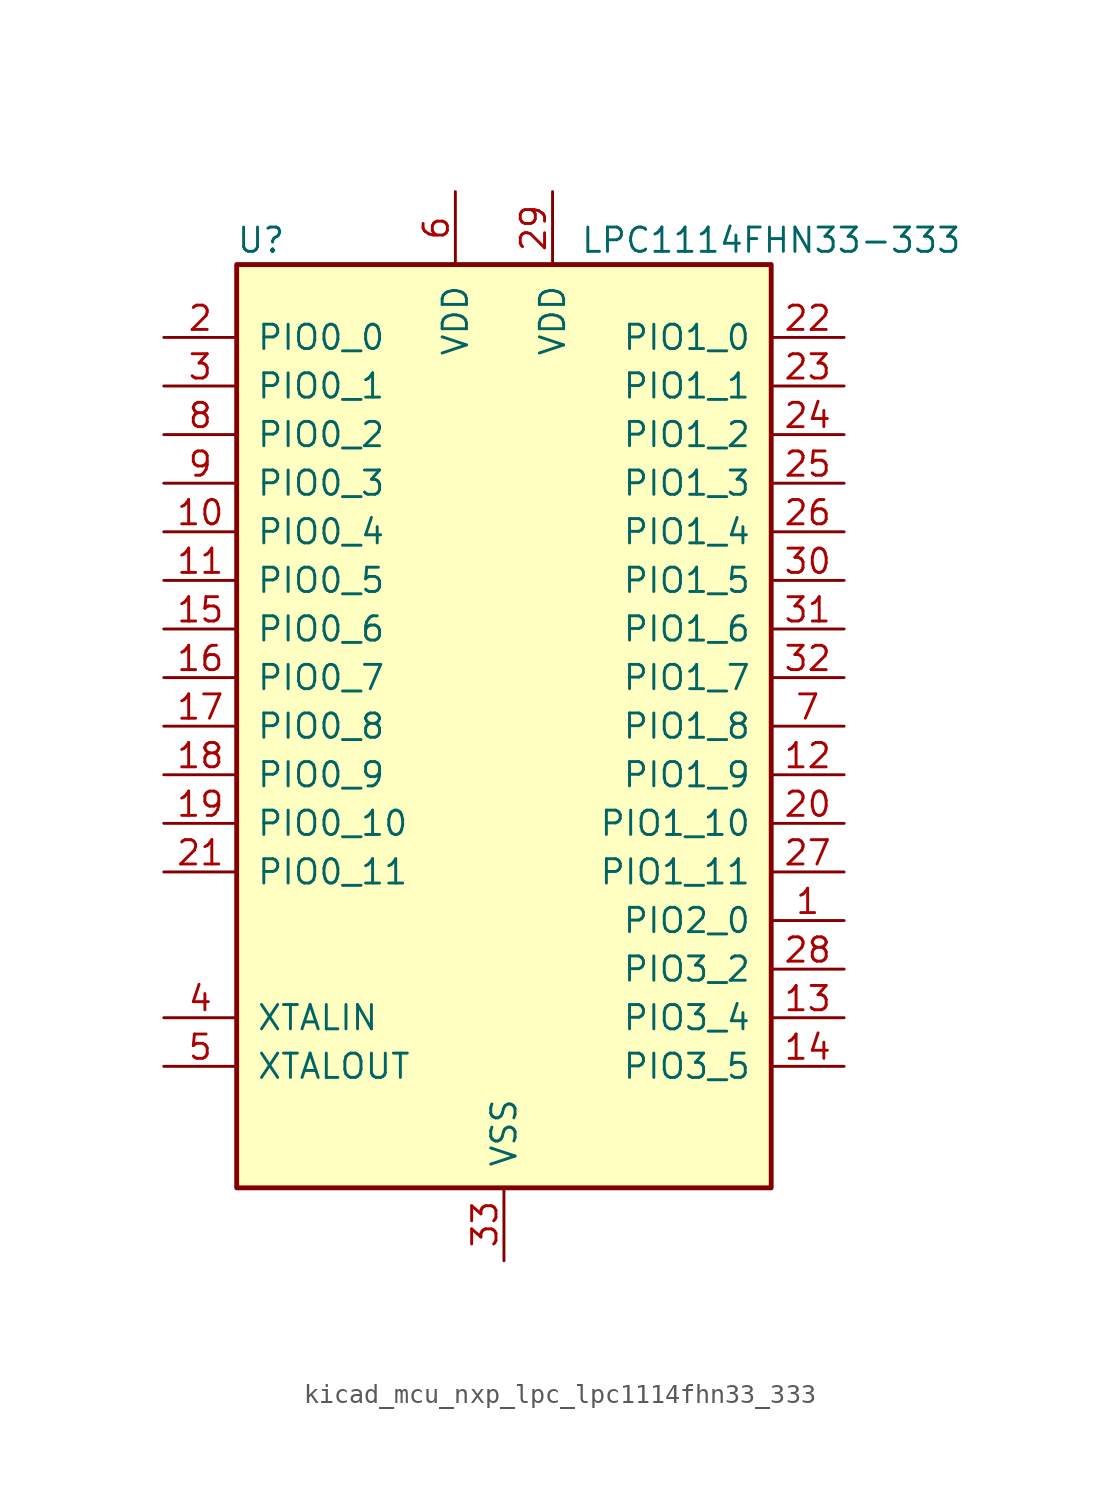
<source format=kicad_sym>
(kicad_symbol_lib
  (version 20220914)
  (generator kicad_symbol_editor)
  (symbol "kicad_mcu_nxp_lpc_lpc1114fhn33_333"
    (pin_names
      (offset 1.016))
    (property "Reference" "U"
      (at -12.7 25.4 0)
      (effects (font (size 1.27 1.27))))
    (property "Value" "LPC1114FHN33-333"
      (at 13.97 25.4 0)
      (effects (font (size 1.27 1.27))))
    (symbol "kicad_mcu_nxp_lpc_lpc1114fhn33_333_0_1"
      (rectangle (start -13.97 24.13) (end 13.97 -24.13) (stroke (width 0.254) (type default)) (fill (type background))))
    (symbol "kicad_mcu_nxp_lpc_lpc1114fhn33_333_1_1"
      (pin bidirectional line (at 17.78 -10.16 180) (length 3.81) (name "PIO2_0" (effects (font (size 1.27 1.27)))) (number "1" (effects (font (size 1.27 1.27)))))
      (pin bidirectional line (at -17.78 10.16 0) (length 3.81) (name "PIO0_4" (effects (font (size 1.27 1.27)))) (number "10" (effects (font (size 1.27 1.27)))))
      (pin bidirectional line (at -17.78 7.62 0) (length 3.81) (name "PIO0_5" (effects (font (size 1.27 1.27)))) (number "11" (effects (font (size 1.27 1.27)))))
      (pin bidirectional line (at 17.78 -2.54 180) (length 3.81) (name "PIO1_9" (effects (font (size 1.27 1.27)))) (number "12" (effects (font (size 1.27 1.27)))))
      (pin bidirectional line (at 17.78 -15.24 180) (length 3.81) (name "PIO3_4" (effects (font (size 1.27 1.27)))) (number "13" (effects (font (size 1.27 1.27)))))
      (pin bidirectional line (at 17.78 -17.78 180) (length 3.81) (name "PIO3_5" (effects (font (size 1.27 1.27)))) (number "14" (effects (font (size 1.27 1.27)))))
      (pin bidirectional line (at -17.78 5.08 0) (length 3.81) (name "PIO0_6" (effects (font (size 1.27 1.27)))) (number "15" (effects (font (size 1.27 1.27)))))
      (pin bidirectional line (at -17.78 2.54 0) (length 3.81) (name "PIO0_7" (effects (font (size 1.27 1.27)))) (number "16" (effects (font (size 1.27 1.27)))))
      (pin bidirectional line (at -17.78 0 0) (length 3.81) (name "PIO0_8" (effects (font (size 1.27 1.27)))) (number "17" (effects (font (size 1.27 1.27)))))
      (pin bidirectional line (at -17.78 -2.54 0) (length 3.81) (name "PIO0_9" (effects (font (size 1.27 1.27)))) (number "18" (effects (font (size 1.27 1.27)))))
      (pin bidirectional line (at -17.78 -5.08 0) (length 3.81) (name "PIO0_10" (effects (font (size 1.27 1.27)))) (number "19" (effects (font (size 1.27 1.27)))))
      (pin bidirectional line (at -17.78 20.32 0) (length 3.81) (name "PIO0_0" (effects (font (size 1.27 1.27)))) (number "2" (effects (font (size 1.27 1.27)))))
      (pin bidirectional line (at 17.78 -5.08 180) (length 3.81) (name "PIO1_10" (effects (font (size 1.27 1.27)))) (number "20" (effects (font (size 1.27 1.27)))))
      (pin bidirectional line (at -17.78 -7.62 0) (length 3.81) (name "PIO0_11" (effects (font (size 1.27 1.27)))) (number "21" (effects (font (size 1.27 1.27)))))
      (pin bidirectional line (at 17.78 20.32 180) (length 3.81) (name "PIO1_0" (effects (font (size 1.27 1.27)))) (number "22" (effects (font (size 1.27 1.27)))))
      (pin bidirectional line (at 17.78 17.78 180) (length 3.81) (name "PIO1_1" (effects (font (size 1.27 1.27)))) (number "23" (effects (font (size 1.27 1.27)))))
      (pin bidirectional line (at 17.78 15.24 180) (length 3.81) (name "PIO1_2" (effects (font (size 1.27 1.27)))) (number "24" (effects (font (size 1.27 1.27)))))
      (pin bidirectional line (at 17.78 12.7 180) (length 3.81) (name "PIO1_3" (effects (font (size 1.27 1.27)))) (number "25" (effects (font (size 1.27 1.27)))))
      (pin bidirectional line (at 17.78 10.16 180) (length 3.81) (name "PIO1_4" (effects (font (size 1.27 1.27)))) (number "26" (effects (font (size 1.27 1.27)))))
      (pin bidirectional line (at 17.78 -7.62 180) (length 3.81) (name "PIO1_11" (effects (font (size 1.27 1.27)))) (number "27" (effects (font (size 1.27 1.27)))))
      (pin bidirectional line (at 17.78 -12.7 180) (length 3.81) (name "PIO3_2" (effects (font (size 1.27 1.27)))) (number "28" (effects (font (size 1.27 1.27)))))
      (pin power_in line (at 2.54 27.94 270) (length 3.81) (name "VDD" (effects (font (size 1.27 1.27)))) (number "29" (effects (font (size 1.27 1.27)))))
      (pin bidirectional line (at -17.78 17.78 0) (length 3.81) (name "PIO0_1" (effects (font (size 1.27 1.27)))) (number "3" (effects (font (size 1.27 1.27)))))
      (pin bidirectional line (at 17.78 7.62 180) (length 3.81) (name "PIO1_5" (effects (font (size 1.27 1.27)))) (number "30" (effects (font (size 1.27 1.27)))))
      (pin bidirectional line (at 17.78 5.08 180) (length 3.81) (name "PIO1_6" (effects (font (size 1.27 1.27)))) (number "31" (effects (font (size 1.27 1.27)))))
      (pin bidirectional line (at 17.78 2.54 180) (length 3.81) (name "PIO1_7" (effects (font (size 1.27 1.27)))) (number "32" (effects (font (size 1.27 1.27)))))
      (pin power_in line (at 0 -27.94 90) (length 3.81) (name "VSS" (effects (font (size 1.27 1.27)))) (number "33" (effects (font (size 1.27 1.27)))))
      (pin input line (at -17.78 -15.24 0) (length 3.81) (name "XTALIN" (effects (font (size 1.27 1.27)))) (number "4" (effects (font (size 1.27 1.27)))))
      (pin output line (at -17.78 -17.78 0) (length 3.81) (name "XTALOUT" (effects (font (size 1.27 1.27)))) (number "5" (effects (font (size 1.27 1.27)))))
      (pin power_in line (at -2.54 27.94 270) (length 3.81) (name "VDD" (effects (font (size 1.27 1.27)))) (number "6" (effects (font (size 1.27 1.27)))))
      (pin bidirectional line (at 17.78 0 180) (length 3.81) (name "PIO1_8" (effects (font (size 1.27 1.27)))) (number "7" (effects (font (size 1.27 1.27)))))
      (pin bidirectional line (at -17.78 15.24 0) (length 3.81) (name "PIO0_2" (effects (font (size 1.27 1.27)))) (number "8" (effects (font (size 1.27 1.27)))))
      (pin bidirectional line (at -17.78 12.7 0) (length 3.81) (name "PIO0_3" (effects (font (size 1.27 1.27)))) (number "9" (effects (font (size 1.27 1.27))))))))
</source>
